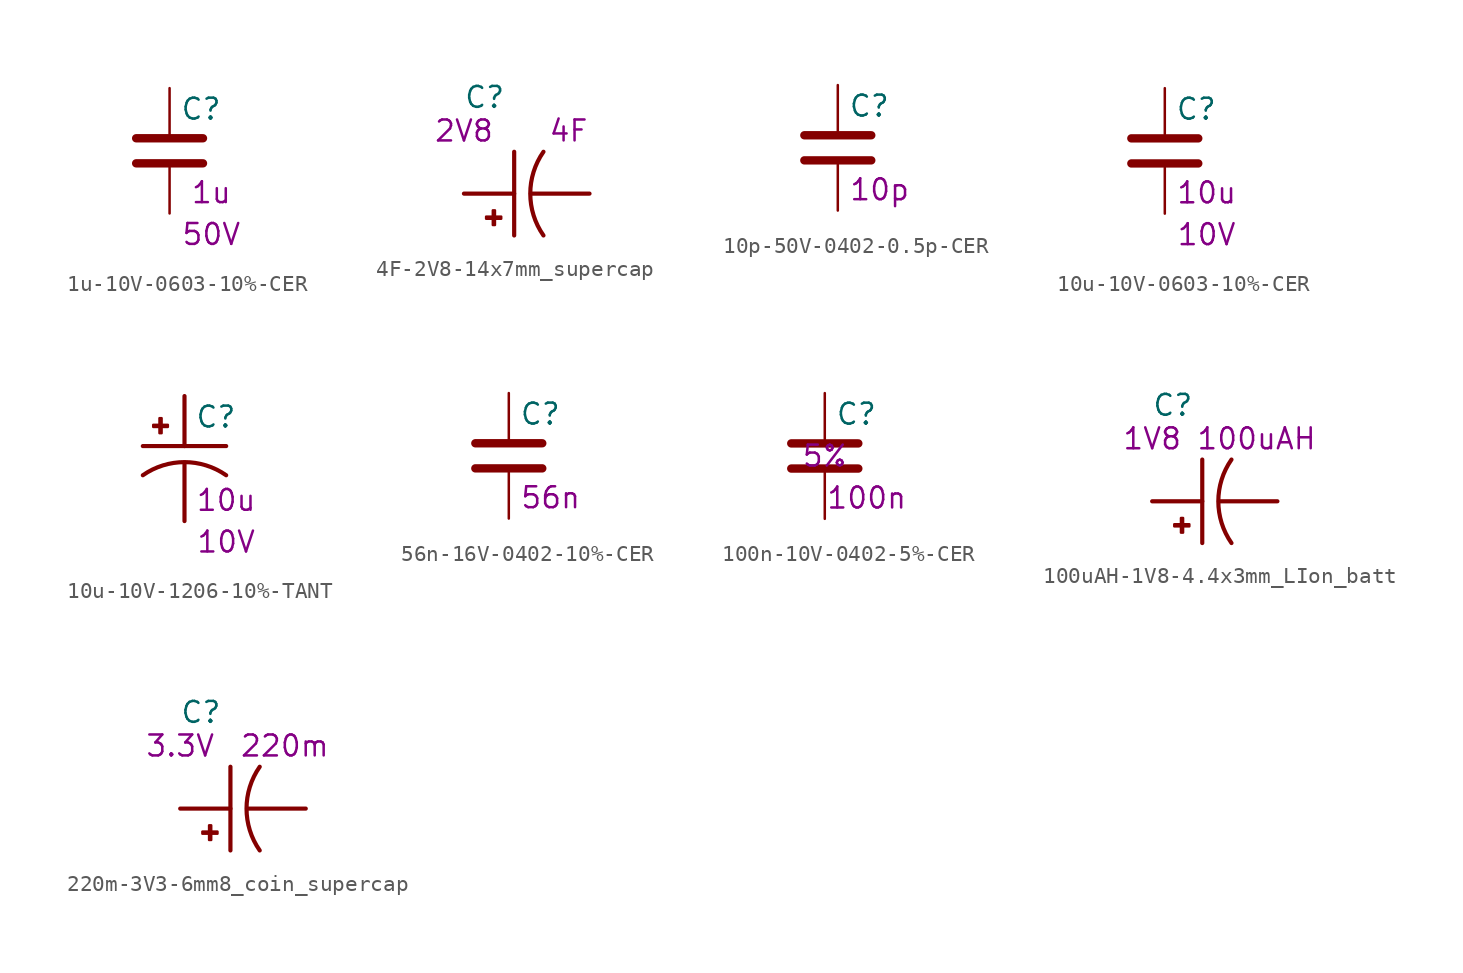
<source format=kicad_sym>
(kicad_symbol_lib
  (version 20211014)
  (generator kicad_symbol_editor)
  (symbol "1u-10V-0603-10%-CER"
    (pin_numbers hide)
    (pin_names
      (offset 0.254))
    (property "Reference" "C"
      (at 0.635 2.54 0)
      (effects (font (size 1.27 1.27)) (justify left)))
    (property "NumVal" "1u"
      (at 2.54 -2.54 0)
      (effects (font (size 1.27 1.27))))
    (property "Vmax" "50V"
      (at 2.54 -5.08 0)
      (effects (font (size 1.27 1.27))))
    (symbol "1u-10V-0603-10%-CER_0_1"
      (polyline (pts (xy -2.032 -0.762) (xy 2.032 -0.762)) (stroke (width 0.508) (type default) (color 0 0 0 0)) (fill (type none)))
      (polyline (pts (xy -2.032 0.762) (xy 2.032 0.762)) (stroke (width 0.508) (type default) (color 0 0 0 0)) (fill (type none))))
    (symbol "1u-10V-0603-10%-CER_1_1"
      (pin passive line (at 0 3.81 270) (length 2.794) (name "~" (effects (font (size 1.27 1.27)))) (number "1" (effects (font (size 1.27 1.27)))))
      (pin passive line (at 0 -3.81 90) (length 2.794) (name "~" (effects (font (size 1.27 1.27)))) (number "2" (effects (font (size 1.27 1.27)))))))
  (symbol "4F-2V8-14x7mm_supercap"
    (pin_numbers hide)
    (pin_names
      (offset 1.016) hide)
    (property "Reference" "C"
      (at -5.105 5.105 0)
      (effects (font (size 1.27 1.27)) (justify left bottom)))
    (property "NumVal" "4F"
      (at 1.27 3.81 0)
      (effects (font (size 1.27 1.27))))
    (property "Vmax" "2V8"
      (at -5.08 3.81 0)
      (effects (font (size 1.27 1.27))))
    (symbol "4F-2V8-14x7mm_supercap_0_0"
      (rectangle (start -3.734 -1.524) (end -2.819 -1.397) (stroke (width 0) (type default) (color 0 0 0 0)) (fill (type outline)))
      (rectangle (start -3.327 -1.905) (end -3.2 -1.016) (stroke (width 0) (type default) (color 0 0 0 0)) (fill (type outline)))
      (arc (start -0.254 2.54) (mid -1.054 0) (end -0.254 -2.54) (stroke (width 0.254) (type default) (color 0 0 0 0)) (fill (type none)))
      (polyline (pts (xy -5.08 0) (xy -2.032 0)) (stroke (width 0.254) (type default) (color 0 0 0 0)) (fill (type none)))
      (polyline (pts (xy -2.032 2.54) (xy -2.032 -2.54)) (stroke (width 0.254) (type default) (color 0 0 0 0)) (fill (type none)))
      (polyline (pts (xy -1.016 0) (xy 2.54 0)) (stroke (width 0.254) (type default) (color 0 0 0 0)) (fill (type none)))
      (pin passive line (at -5.08 0 0) (length 0) (name "~" (effects (font (size 1.016 1.016)))) (number "1" (effects (font (size 1.016 1.016)))))
      (pin passive line (at 2.54 0 180) (length 0) (name "~" (effects (font (size 1.016 1.016)))) (number "2" (effects (font (size 1.016 1.016)))))))
  (symbol "10p-50V-0402-0.5p-CER"
    (pin_numbers hide)
    (pin_names
      (offset 0.254))
    (property "Reference" "C"
      (at 0.635 2.54 0)
      (effects (font (size 1.27 1.27)) (justify left)))
    (property "NumVal" "10p"
      (at 2.54 -2.54 0)
      (effects (font (size 1.27 1.27))))
    (symbol "10p-50V-0402-0.5p-CER_0_1"
      (polyline (pts (xy -2.032 -0.762) (xy 2.032 -0.762)) (stroke (width 0.508) (type default) (color 0 0 0 0)) (fill (type none)))
      (polyline (pts (xy -2.032 0.762) (xy 2.032 0.762)) (stroke (width 0.508) (type default) (color 0 0 0 0)) (fill (type none))))
    (symbol "10p-50V-0402-0.5p-CER_1_1"
      (pin passive line (at 0 3.81 270) (length 2.794) (name "~" (effects (font (size 1.27 1.27)))) (number "1" (effects (font (size 1.27 1.27)))))
      (pin passive line (at 0 -3.81 90) (length 2.794) (name "~" (effects (font (size 1.27 1.27)))) (number "2" (effects (font (size 1.27 1.27)))))))
  (symbol "10u-10V-0603-10%-CER"
    (pin_numbers hide)
    (pin_names
      (offset 0.254))
    (property "Reference" "C"
      (at 0.635 2.54 0)
      (effects (font (size 1.27 1.27)) (justify left)))
    (property "NumVal" "10u"
      (at 2.54 -2.54 0)
      (effects (font (size 1.27 1.27))))
    (property "Vmax" "10V"
      (at 2.54 -5.08 0)
      (effects (font (size 1.27 1.27))))
    (symbol "10u-10V-0603-10%-CER_0_1"
      (polyline (pts (xy -2.032 -0.762) (xy 2.032 -0.762)) (stroke (width 0.508) (type default) (color 0 0 0 0)) (fill (type none)))
      (polyline (pts (xy -2.032 0.762) (xy 2.032 0.762)) (stroke (width 0.508) (type default) (color 0 0 0 0)) (fill (type none))))
    (symbol "10u-10V-0603-10%-CER_1_1"
      (pin passive line (at 0 3.81 270) (length 2.794) (name "~" (effects (font (size 1.27 1.27)))) (number "1" (effects (font (size 1.27 1.27)))))
      (pin passive line (at 0 -3.81 90) (length 2.794) (name "~" (effects (font (size 1.27 1.27)))) (number "2" (effects (font (size 1.27 1.27)))))))
  (symbol "10u-10V-1206-10%-TANT"
    (pin_numbers hide)
    (pin_names
      (offset 0.254))
    (property "Reference" "C"
      (at 0.635 2.54 0)
      (effects (font (size 1.27 1.27)) (justify left)))
    (property "NumVal" "10u"
      (at 2.54 -2.54 0)
      (effects (font (size 1.27 1.27))))
    (property "Vmax" "10V"
      (at 2.54 -5.08 0)
      (effects (font (size 1.27 1.27))))
    (symbol "10u-10V-1206-10%-TANT_1_1"
      (rectangle (start -1.905 2.057) (end -1.016 1.93) (stroke (width 0) (type default) (color 0 0 0 0)) (fill (type outline)))
      (rectangle (start -1.524 2.464) (end -1.397 1.549) (stroke (width 0) (type default) (color 0 0 0 0)) (fill (type outline)))
      (polyline (pts (xy 0 -0.254) (xy 0 -3.81)) (stroke (width 0.254) (type default) (color 0 0 0 0)) (fill (type none)))
      (polyline (pts (xy 0 3.81) (xy 0 0.762)) (stroke (width 0.254) (type default) (color 0 0 0 0)) (fill (type none)))
      (polyline (pts (xy 2.54 0.762) (xy -2.54 0.762)) (stroke (width 0.254) (type default) (color 0 0 0 0)) (fill (type none)))
      (arc (start 2.54 -1.016) (mid 0 -0.216) (end -2.54 -1.016) (stroke (width 0.254) (type default) (color 0 0 0 0)) (fill (type none)))
      (pin passive line (at 0 3.81 270) (length 2.794) (name "~" (effects (font (size 1.27 1.27)))) (number "1" (effects (font (size 1.27 1.27)))))
      (pin passive line (at 0 -3.81 90) (length 2.794) (name "~" (effects (font (size 1.27 1.27)))) (number "2" (effects (font (size 1.27 1.27)))))))
  (symbol "56n-16V-0402-10%-CER"
    (pin_numbers hide)
    (pin_names
      (offset 0.254))
    (property "Reference" "C"
      (at 0.635 2.54 0)
      (effects (font (size 1.27 1.27)) (justify left)))
    (property "NumVal" "56n"
      (at 2.54 -2.54 0)
      (effects (font (size 1.27 1.27))))
    (symbol "56n-16V-0402-10%-CER_0_1"
      (polyline (pts (xy -2.032 -0.762) (xy 2.032 -0.762)) (stroke (width 0.508) (type default) (color 0 0 0 0)) (fill (type none)))
      (polyline (pts (xy -2.032 0.762) (xy 2.032 0.762)) (stroke (width 0.508) (type default) (color 0 0 0 0)) (fill (type none))))
    (symbol "56n-16V-0402-10%-CER_1_1"
      (pin passive line (at 0 3.81 270) (length 2.794) (name "~" (effects (font (size 1.27 1.27)))) (number "1" (effects (font (size 1.27 1.27)))))
      (pin passive line (at 0 -3.81 90) (length 2.794) (name "~" (effects (font (size 1.27 1.27)))) (number "2" (effects (font (size 1.27 1.27)))))))
  (symbol "100n-10V-0402-5%-CER"
    (pin_numbers hide)
    (pin_names
      (offset 0.254))
    (property "Reference" "C"
      (at 0.635 2.54 0)
      (effects (font (size 1.27 1.27)) (justify left)))
    (property "NumVal" "100n"
      (at 2.54 -2.54 0)
      (effects (font (size 1.27 1.27))))
    (property "Tolerance" "5%"
      (at 0 0 0)
      (effects (font (size 1.27 1.27))))
    (symbol "100n-10V-0402-5%-CER_0_1"
      (polyline (pts (xy -2.032 -0.762) (xy 2.032 -0.762)) (stroke (width 0.508) (type default) (color 0 0 0 0)) (fill (type none)))
      (polyline (pts (xy -2.032 0.762) (xy 2.032 0.762)) (stroke (width 0.508) (type default) (color 0 0 0 0)) (fill (type none))))
    (symbol "100n-10V-0402-5%-CER_1_1"
      (pin passive line (at 0 3.81 270) (length 2.794) (name "~" (effects (font (size 1.27 1.27)))) (number "1" (effects (font (size 1.27 1.27)))))
      (pin passive line (at 0 -3.81 90) (length 2.794) (name "~" (effects (font (size 1.27 1.27)))) (number "2" (effects (font (size 1.27 1.27)))))))
  (symbol "100uAH-1V8-4.4x3mm_LIon_batt"
    (pin_numbers hide)
    (pin_names
      (offset 1.016) hide)
    (property "Reference" "C"
      (at -5.105 5.105 0)
      (effects (font (size 1.27 1.27)) (justify left bottom)))
    (property "NumVal" "100uAH"
      (at 1.27 3.81 0)
      (effects (font (size 1.27 1.27))))
    (property "Vmax" "1V8"
      (at -5.08 3.81 0)
      (effects (font (size 1.27 1.27))))
    (symbol "100uAH-1V8-4.4x3mm_LIon_batt_0_0"
      (rectangle (start -3.734 -1.524) (end -2.819 -1.397) (stroke (width 0) (type default) (color 0 0 0 0)) (fill (type outline)))
      (rectangle (start -3.327 -1.905) (end -3.2 -1.016) (stroke (width 0) (type default) (color 0 0 0 0)) (fill (type outline)))
      (arc (start -0.254 2.54) (mid -1.054 0) (end -0.254 -2.54) (stroke (width 0.254) (type default) (color 0 0 0 0)) (fill (type none)))
      (polyline (pts (xy -5.08 0) (xy -2.032 0)) (stroke (width 0.254) (type default) (color 0 0 0 0)) (fill (type none)))
      (polyline (pts (xy -2.032 2.54) (xy -2.032 -2.54)) (stroke (width 0.254) (type default) (color 0 0 0 0)) (fill (type none)))
      (polyline (pts (xy -1.016 0) (xy 2.54 0)) (stroke (width 0.254) (type default) (color 0 0 0 0)) (fill (type none)))
      (pin passive line (at -5.08 0 0) (length 0) (name "~" (effects (font (size 1.016 1.016)))) (number "1" (effects (font (size 1.016 1.016)))))
      (pin passive line (at 2.54 0 180) (length 0) (name "~" (effects (font (size 1.016 1.016)))) (number "2" (effects (font (size 1.016 1.016)))))))
  (symbol "220m-3V3-6mm8_coin_supercap"
    (pin_numbers hide)
    (pin_names
      (offset 1.016) hide)
    (property "Reference" "C"
      (at -5.105 5.105 0)
      (effects (font (size 1.27 1.27)) (justify left bottom)))
    (property "NumVal" "220m"
      (at 1.27 3.81 0)
      (effects (font (size 1.27 1.27))))
    (property "Vmax" "3.3V"
      (at -5.08 3.81 0)
      (effects (font (size 1.27 1.27))))
    (symbol "220m-3V3-6mm8_coin_supercap_0_0"
      (rectangle (start -3.734 -1.524) (end -2.819 -1.397) (stroke (width 0) (type default) (color 0 0 0 0)) (fill (type outline)))
      (rectangle (start -3.327 -1.905) (end -3.2 -1.016) (stroke (width 0) (type default) (color 0 0 0 0)) (fill (type outline)))
      (arc (start -0.254 2.54) (mid -1.054 0) (end -0.254 -2.54) (stroke (width 0.254) (type default) (color 0 0 0 0)) (fill (type none)))
      (polyline (pts (xy -5.08 0) (xy -2.032 0)) (stroke (width 0.254) (type default) (color 0 0 0 0)) (fill (type none)))
      (polyline (pts (xy -2.032 2.54) (xy -2.032 -2.54)) (stroke (width 0.254) (type default) (color 0 0 0 0)) (fill (type none)))
      (polyline (pts (xy -1.016 0) (xy 2.54 0)) (stroke (width 0.254) (type default) (color 0 0 0 0)) (fill (type none)))
      (pin passive line (at -5.08 0 0) (length 0) (name "~" (effects (font (size 1.016 1.016)))) (number "1" (effects (font (size 1.016 1.016)))))
      (pin passive line (at 2.54 0 180) (length 0) (name "~" (effects (font (size 1.016 1.016)))) (number "2" (effects (font (size 1.016 1.016))))))))
</source>
